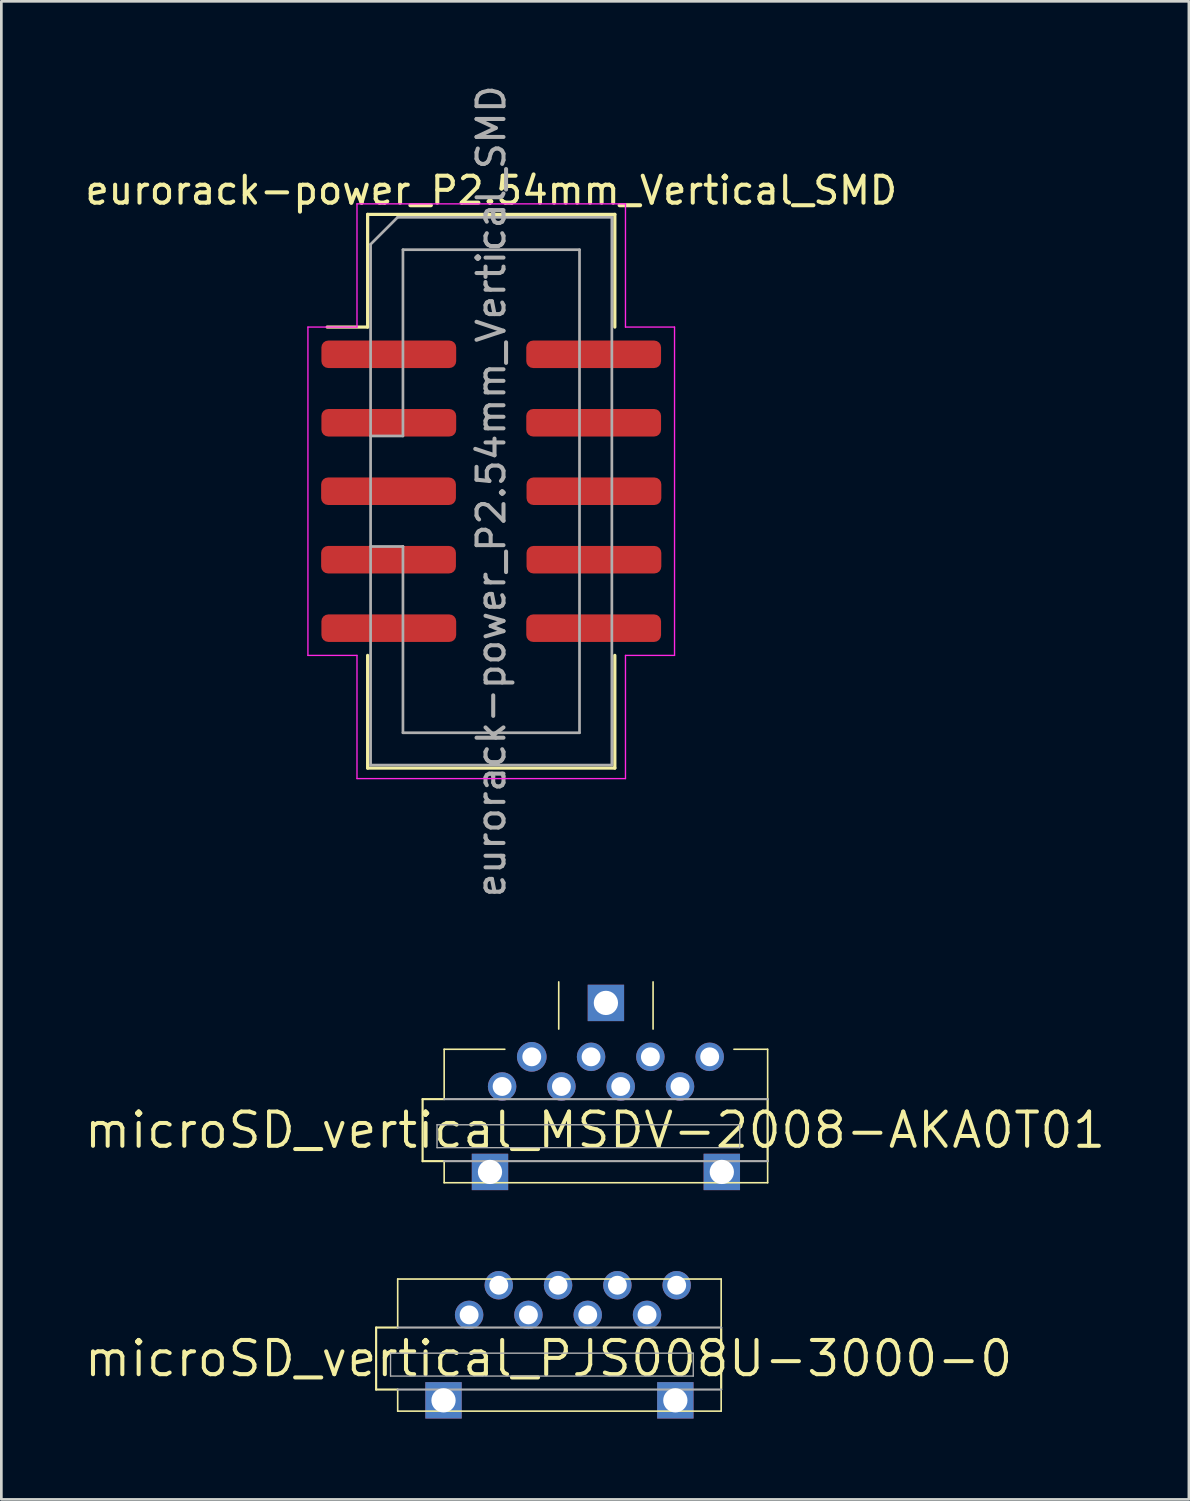
<source format=kicad_pcb>
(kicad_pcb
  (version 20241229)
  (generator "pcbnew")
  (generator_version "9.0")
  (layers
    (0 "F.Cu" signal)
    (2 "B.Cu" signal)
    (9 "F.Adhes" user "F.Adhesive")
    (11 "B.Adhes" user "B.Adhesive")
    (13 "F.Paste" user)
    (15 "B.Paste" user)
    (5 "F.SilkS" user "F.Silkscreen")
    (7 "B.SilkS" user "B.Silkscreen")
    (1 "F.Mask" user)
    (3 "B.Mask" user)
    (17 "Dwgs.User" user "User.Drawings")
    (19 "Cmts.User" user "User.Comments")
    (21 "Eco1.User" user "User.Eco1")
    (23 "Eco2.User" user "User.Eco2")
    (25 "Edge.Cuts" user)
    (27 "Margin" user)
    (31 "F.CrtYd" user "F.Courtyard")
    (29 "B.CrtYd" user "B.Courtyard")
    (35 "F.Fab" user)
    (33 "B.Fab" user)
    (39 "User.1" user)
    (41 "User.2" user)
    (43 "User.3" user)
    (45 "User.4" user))
  (footprint "microSD_vertical_PJS008U-3000-0"
    (layer "F.Cu")
    (at 17.303 47.348)
    (property "Reference" "microSD_vertical_PJS008U-3000-0" (at 0 0 0) (layer "F.SilkS") (effects (font (size 1.27 1.27) (thickness 0.15))))
    (attr through_hole)
    (fp_line (start -6.4 -1.15) (end -5.6 -1.15) (stroke (width 0.08) (type solid)) (layer "F.SilkS"))
    (fp_line (start -6.4 1.15) (end -6.4 -1.15) (stroke (width 0.08) (type solid)) (layer "F.SilkS"))
    (fp_line (start -5.6 -2.95) (end 6.4 -2.95) (stroke (width 0.06) (type solid)) (layer "F.SilkS"))
    (fp_line (start -5.6 -1.15) (end -5.6 -2.95) (stroke (width 0.06) (type solid)) (layer "F.SilkS"))
    (fp_line (start -5.6 1.15) (end -6.4 1.15) (stroke (width 0.08) (type solid)) (layer "F.SilkS"))
    (fp_line (start -5.6 1.15) (end -5.6 1.95) (stroke (width 0.06) (type solid)) (layer "F.SilkS"))
    (fp_line (start -5.6 1.95) (end 6.4 1.95) (stroke (width 0.06) (type solid)) (layer "F.SilkS"))
    (fp_line (start 6.4 -2.95) (end 6.4 -1.15) (stroke (width 0.06) (type solid)) (layer "F.SilkS"))
    (fp_line (start 6.4 -1.15) (end 6.4 1.15) (stroke (width 0.08) (type solid)) (layer "F.SilkS"))
    (fp_line (start 6.4 1.95) (end 6.4 1.15) (stroke (width 0.06) (type solid)) (layer "F.SilkS"))
    (fp_line (start -5.865 -0.2) (end 5.365 -0.2) (stroke (width 0.05) (type solid)) (layer "F.Fab"))
    (fp_line (start -5.865 0.65) (end -5.865 -0.2) (stroke (width 0.05) (type solid)) (layer "F.Fab"))
    (fp_line (start -5.6 -1.15) (end 6.4 -1.15) (stroke (width 0.08) (type solid)) (layer "F.Fab"))
    (fp_line (start 5.365 -0.2) (end 5.365 0.65) (stroke (width 0.05) (type solid)) (layer "F.Fab"))
    (fp_line (start 5.365 0.65) (end -5.865 0.65) (stroke (width 0.05) (type solid)) (layer "F.Fab"))
    (fp_line (start 6.4 1.15) (end -5.6 1.15) (stroke (width 0.08) (type solid)) (layer "F.Fab"))
    (pad "GND1" thru_hole rect (at -3.9 1.55) (size 1.35 1.35) (drill 0.9) (layers "*.Cu" "*.Mask"))
    (pad "GND2" thru_hole rect (at 4.7 1.55) (size 1.35 1.35) (drill 0.9) (layers "*.Cu" "*.Mask"))
    (pad "P$1" thru_hole circle (at -2.95 -1.62) (size 1.056 1.056) (drill 0.7) (layers "*.Cu" "*.Mask"))
    (pad "P$2" thru_hole circle (at -1.85 -2.72) (size 1.056 1.056) (drill 0.7) (layers "*.Cu" "*.Mask"))
    (pad "P$3" thru_hole circle (at -0.75 -1.62) (size 1.056 1.056) (drill 0.7) (layers "*.Cu" "*.Mask"))
    (pad "P$4" thru_hole circle (at 0.35 -2.72) (size 1.056 1.056) (drill 0.7) (layers "*.Cu" "*.Mask"))
    (pad "P$5" thru_hole circle (at 1.45 -1.62) (size 1.056 1.056) (drill 0.7) (layers "*.Cu" "*.Mask"))
    (pad "P$6" thru_hole circle (at 2.55 -2.72) (size 1.056 1.056) (drill 0.7) (layers "*.Cu" "*.Mask"))
    (pad "P$7" thru_hole circle (at 3.65 -1.62) (size 1.056 1.056) (drill 0.7) (layers "*.Cu" "*.Mask"))
    (pad "P$8" thru_hole circle (at 4.75 -2.72) (size 1.056 1.056) (drill 0.7) (layers "*.Cu" "*.Mask")))
  (footprint "microSD_vertical_MSDV-2008-AKA0T01"
    (layer "F.Cu")
    (at 19.427 38.875)
    (property "Reference" "microSD_vertical_MSDV-2008-AKA0T01" (at -0.4 0 0) (layer "F.SilkS") (effects (font (size 1.27 1.27) (thickness 0.15))))
    (attr through_hole)
    (fp_line (start -6.8 -1.15) (end -6 -1.15) (stroke (width 0.08) (type solid)) (layer "F.SilkS"))
    (fp_line (start -6.8 1.15) (end -6.8 -1.15) (stroke (width 0.08) (type solid)) (layer "F.SilkS"))
    (fp_line (start -6 -3) (end -3.75 -3) (stroke (width 0.06) (type default)) (layer "F.SilkS"))
    (fp_line (start -6 -1.15) (end -6 -3) (stroke (width 0.06) (type solid)) (layer "F.SilkS"))
    (fp_line (start -6 1.15) (end -6.8 1.15) (stroke (width 0.08) (type solid)) (layer "F.SilkS"))
    (fp_line (start -6 1.15) (end -6 1.95) (stroke (width 0.06) (type solid)) (layer "F.SilkS"))
    (fp_line (start -6 1.95) (end 6 1.95) (stroke (width 0.06) (type solid)) (layer "F.SilkS"))
    (fp_line (start -1.75 -5.5) (end -1.75 -3.75) (stroke (width 0.06) (type default)) (layer "F.SilkS"))
    (fp_line (start 1.75 -5.5) (end 1.75 -3.75) (stroke (width 0.06) (type default)) (layer "F.SilkS"))
    (fp_line (start 4.75 -3) (end 6 -3) (stroke (width 0.06) (type default)) (layer "F.SilkS"))
    (fp_line (start 6 -3) (end 6 -1.15) (stroke (width 0.06) (type solid)) (layer "F.SilkS"))
    (fp_line (start 6 -1.15) (end 6 1.15) (stroke (width 0.08) (type solid)) (layer "F.SilkS"))
    (fp_line (start 6 1.95) (end 6 1.15) (stroke (width 0.06) (type solid)) (layer "F.SilkS"))
    (fp_line (start -6.265 -0.2) (end 4.965 -0.2) (stroke (width 0.05) (type solid)) (layer "F.Fab"))
    (fp_line (start -6.265 0.65) (end -6.265 -0.2) (stroke (width 0.05) (type solid)) (layer "F.Fab"))
    (fp_line (start -6 -1.15) (end 6 -1.15) (stroke (width 0.08) (type solid)) (layer "F.Fab"))
    (fp_line (start 4.965 -0.2) (end 4.965 0.65) (stroke (width 0.05) (type solid)) (layer "F.Fab"))
    (fp_line (start 4.965 0.65) (end -6.265 0.65) (stroke (width 0.05) (type solid)) (layer "F.Fab"))
    (fp_line (start 6 1.15) (end -6 1.15) (stroke (width 0.08) (type solid)) (layer "F.Fab"))
    (pad "GND1" thru_hole rect (at -4.3 1.55) (size 1.35 1.35) (drill 0.9) (layers "*.Cu" "*.Mask"))
    (pad "GND2" thru_hole rect (at 0 -4.72) (size 1.35 1.35) (drill 0.9) (layers "*.Cu" "*.Mask"))
    (pad "GND2" thru_hole rect (at 4.3 1.55) (size 1.35 1.35) (drill 0.9) (layers "*.Cu" "*.Mask"))
    (pad "P$1" thru_hole circle (at -3.85 -1.62) (size 1.056 1.056) (drill 0.7) (layers "*.Cu" "*.Mask"))
    (pad "P$2" thru_hole circle (at -2.75 -2.72) (size 1.1 1.1) (drill 0.7) (layers "*.Cu" "*.Mask"))
    (pad "P$3" thru_hole circle (at -1.65 -1.62) (size 1.056 1.056) (drill 0.7) (layers "*.Cu" "*.Mask"))
    (pad "P$4" thru_hole circle (at -0.55 -2.72) (size 1.056 1.056) (drill 0.7) (layers "*.Cu" "*.Mask"))
    (pad "P$5" thru_hole circle (at 0.55 -1.62) (size 1.056 1.056) (drill 0.7) (layers "*.Cu" "*.Mask"))
    (pad "P$6" thru_hole circle (at 1.65 -2.72) (size 1.056 1.056) (drill 0.7) (layers "*.Cu" "*.Mask"))
    (pad "P$7" thru_hole circle (at 2.75 -1.62) (size 1.056 1.056) (drill 0.7) (layers "*.Cu" "*.Mask"))
    (pad "P$8" thru_hole circle (at 3.85 -2.72) (size 1.056 1.056) (drill 0.7) (layers "*.Cu" "*.Mask")))
  (footprint "eurorack-power_P2.54mm_Vertical_SMD"
    (layer "F.Cu")
    (at 15.173 15.173)
    (property "Reference" "eurorack-power_P2.54mm_Vertical_SMD" (at 0 -11.16 0) (layer "F.SilkS") (effects (font (size 1 1) (thickness 0.15))))
    (attr smd)
    (fp_line (start -4.585 -10.27) (end 4.585 -10.27) (stroke (width 0.12) (type solid)) (layer "F.SilkS"))
    (fp_line (start -4.585 -6.09) (end -6.085 -6.09) (stroke (width 0.12) (type solid)) (layer "F.SilkS"))
    (fp_line (start -4.585 -6.09) (end -4.585 -10.27) (stroke (width 0.12) (type solid)) (layer "F.SilkS"))
    (fp_line (start -4.585 6.09) (end -4.585 10.27) (stroke (width 0.12) (type solid)) (layer "F.SilkS"))
    (fp_line (start -4.585 10.27) (end 4.585 10.27) (stroke (width 0.12) (type solid)) (layer "F.SilkS"))
    (fp_line (start 4.585 -10.27) (end 4.585 -6.09) (stroke (width 0.12) (type solid)) (layer "F.SilkS"))
    (fp_line (start 4.585 10.27) (end 4.585 6.09) (stroke (width 0.12) (type solid)) (layer "F.SilkS"))
    (fp_line (start -6.8 -6.09) (end -6.8 6.09) (stroke (width 0.05) (type solid)) (layer "F.CrtYd"))
    (fp_line (start -6.8 6.09) (end -4.98 6.09) (stroke (width 0.05) (type solid)) (layer "F.CrtYd"))
    (fp_line (start -4.98 -10.66) (end -4.98 -6.09) (stroke (width 0.05) (type solid)) (layer "F.CrtYd"))
    (fp_line (start -4.98 -6.09) (end -6.8 -6.09) (stroke (width 0.05) (type solid)) (layer "F.CrtYd"))
    (fp_line (start -4.98 6.09) (end -4.98 10.66) (stroke (width 0.05) (type solid)) (layer "F.CrtYd"))
    (fp_line (start -4.98 10.66) (end 4.98 10.66) (stroke (width 0.05) (type solid)) (layer "F.CrtYd"))
    (fp_line (start 4.98 -10.66) (end -4.98 -10.66) (stroke (width 0.05) (type solid)) (layer "F.CrtYd"))
    (fp_line (start 4.98 -6.09) (end 4.98 -10.66) (stroke (width 0.05) (type solid)) (layer "F.CrtYd"))
    (fp_line (start 4.98 6.09) (end 6.8 6.09) (stroke (width 0.05) (type solid)) (layer "F.CrtYd"))
    (fp_line (start 4.98 10.66) (end 4.98 6.09) (stroke (width 0.05) (type solid)) (layer "F.CrtYd"))
    (fp_line (start 6.8 -6.09) (end 4.98 -6.09) (stroke (width 0.05) (type solid)) (layer "F.CrtYd"))
    (fp_line (start 6.8 6.09) (end 6.8 -6.09) (stroke (width 0.05) (type solid)) (layer "F.CrtYd"))
    (fp_line (start -4.475 -9.16) (end -3.475 -10.16) (stroke (width 0.1) (type solid)) (layer "F.Fab"))
    (fp_line (start -4.475 -2.05) (end -3.275 -2.05) (stroke (width 0.1) (type solid)) (layer "F.Fab"))
    (fp_line (start -4.475 10.16) (end -4.475 -9.16) (stroke (width 0.1) (type solid)) (layer "F.Fab"))
    (fp_line (start -3.475 -10.16) (end 4.475 -10.16) (stroke (width 0.1) (type solid)) (layer "F.Fab"))
    (fp_line (start -3.275 -8.96) (end 3.275 -8.96) (stroke (width 0.1) (type solid)) (layer "F.Fab"))
    (fp_line (start -3.275 -2.05) (end -3.275 -8.96) (stroke (width 0.1) (type solid)) (layer "F.Fab"))
    (fp_line (start -3.275 2.05) (end -4.475 2.05) (stroke (width 0.1) (type solid)) (layer "F.Fab"))
    (fp_line (start -3.275 2.05) (end -3.275 2.05) (stroke (width 0.1) (type solid)) (layer "F.Fab"))
    (fp_line (start -3.275 8.96) (end -3.275 2.05) (stroke (width 0.1) (type solid)) (layer "F.Fab"))
    (fp_line (start 3.275 -8.96) (end 3.275 8.96) (stroke (width 0.1) (type solid)) (layer "F.Fab"))
    (fp_line (start 3.275 8.96) (end -3.275 8.96) (stroke (width 0.1) (type solid)) (layer "F.Fab"))
    (fp_line (start 4.475 -10.16) (end 4.475 10.16) (stroke (width 0.1) (type solid)) (layer "F.Fab"))
    (fp_line (start 4.475 10.16) (end -4.475 10.16) (stroke (width 0.1) (type solid)) (layer "F.Fab"))
    (fp_text user "${REFERENCE}" (at 0 0 90) (layer "F.Fab") (effects (font (size 1 1) (thickness 0.15))))
    (pad "1" smd roundrect (at -3.8 -5.08) (size 5 1.02) (layers "F.Cu" "F.Mask" "F.Paste") (roundrect_rratio 0.25))
    (pad "1" smd roundrect (at 3.8 -5.08) (size 5 1.02) (layers "F.Cu" "F.Mask" "F.Paste") (roundrect_rratio 0.25))
    (pad "2" smd roundrect (at -3.81 0) (size 5 1.02) (layers "F.Cu" "F.Mask" "F.Paste") (roundrect_rratio 0.25))
    (pad "2" smd roundrect (at -3.81 2.54) (size 5 1.02) (layers "F.Cu" "F.Mask" "F.Paste") (roundrect_rratio 0.25))
    (pad "2" smd roundrect (at -3.8 -2.54) (size 5 1.02) (layers "F.Cu" "F.Mask" "F.Paste") (roundrect_rratio 0.25))
    (pad "2" smd roundrect (at 3.8 -2.54) (size 5 1.02) (layers "F.Cu" "F.Mask" "F.Paste") (roundrect_rratio 0.25))
    (pad "2" smd roundrect (at 3.81 0) (size 5 1.02) (layers "F.Cu" "F.Mask" "F.Paste") (roundrect_rratio 0.25))
    (pad "2" smd roundrect (at 3.81 2.54) (size 5 1.02) (layers "F.Cu" "F.Mask" "F.Paste") (roundrect_rratio 0.25))
    (pad "3" smd roundrect (at -3.8 5.08) (size 5 1.02) (layers "F.Cu" "F.Mask" "F.Paste") (roundrect_rratio 0.25))
    (pad "3" smd roundrect (at 3.8 5.08) (size 5 1.02) (layers "F.Cu" "F.Mask" "F.Paste") (roundrect_rratio 0.25)))
  (gr_rect
    (start -3 -3)
    (end 41.054 52.573)
    (stroke (width 0.1) (type default))
    (fill no)
    (layer "Edge.Cuts")))
</source>
